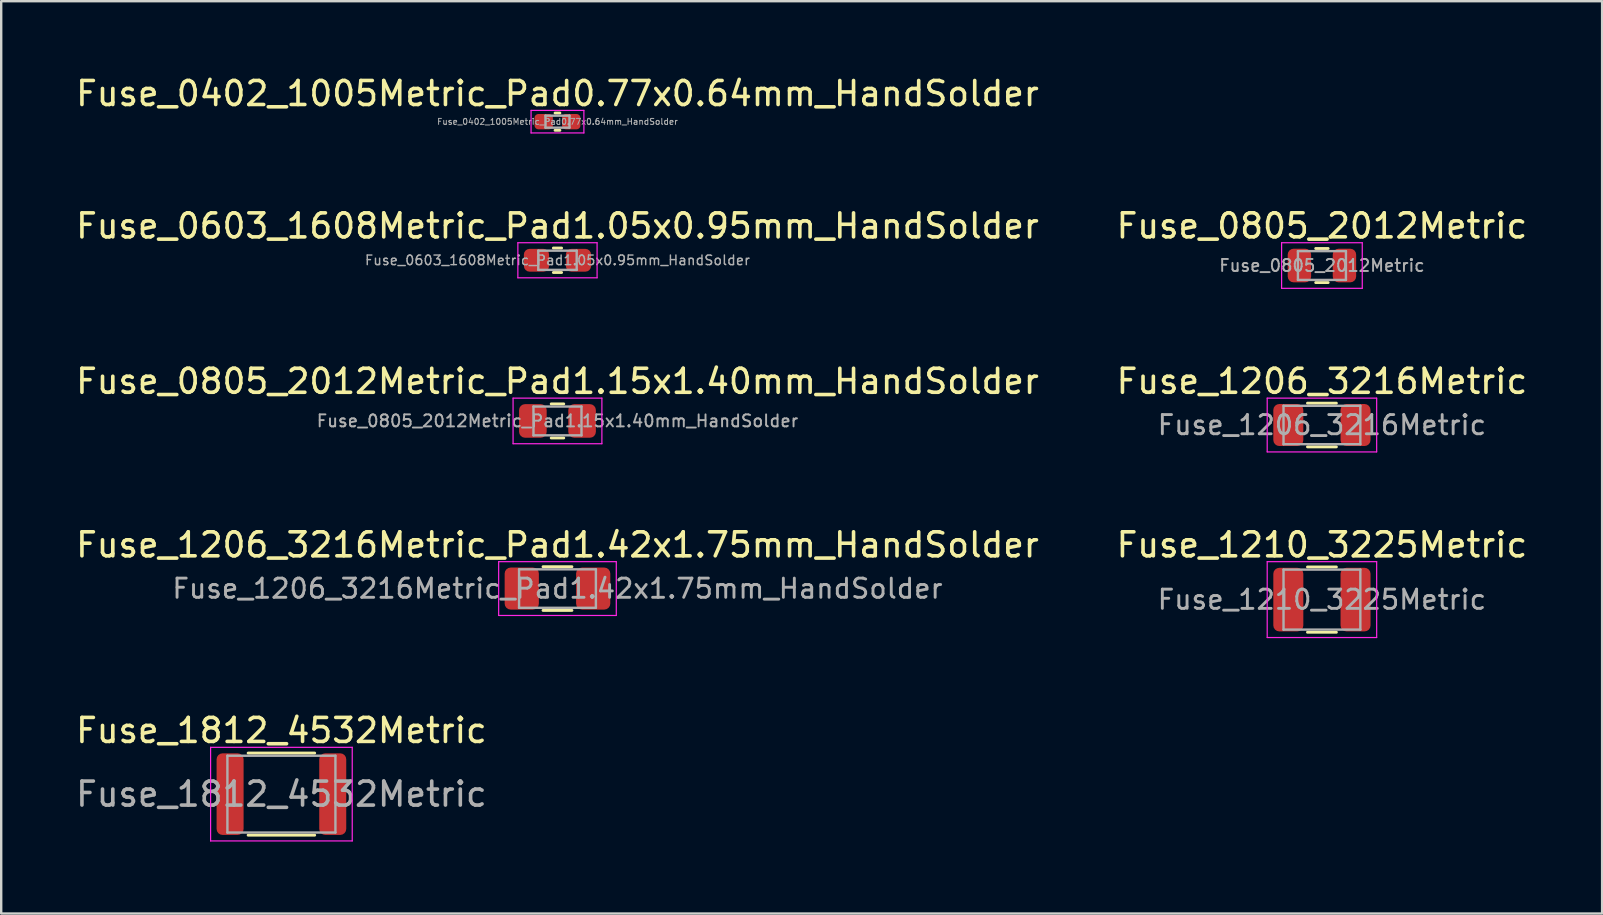
<source format=kicad_pcb>
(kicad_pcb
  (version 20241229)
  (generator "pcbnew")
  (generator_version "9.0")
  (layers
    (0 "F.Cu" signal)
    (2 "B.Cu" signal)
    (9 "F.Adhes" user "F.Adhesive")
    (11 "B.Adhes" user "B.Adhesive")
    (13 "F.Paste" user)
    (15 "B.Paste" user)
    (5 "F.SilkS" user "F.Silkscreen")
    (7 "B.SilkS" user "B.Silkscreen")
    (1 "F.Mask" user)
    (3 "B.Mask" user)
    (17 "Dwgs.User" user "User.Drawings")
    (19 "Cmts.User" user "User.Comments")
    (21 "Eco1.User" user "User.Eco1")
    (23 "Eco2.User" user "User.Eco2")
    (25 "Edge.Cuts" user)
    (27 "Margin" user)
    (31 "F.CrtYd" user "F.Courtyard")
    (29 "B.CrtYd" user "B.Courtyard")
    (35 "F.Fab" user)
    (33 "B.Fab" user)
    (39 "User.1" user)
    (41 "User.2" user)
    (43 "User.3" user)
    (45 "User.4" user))
  (footprint "Fuse_1812_4532Metric"
    (layer "F.Cu")
    (at 8.673 30.031)
    (property "Reference" "Fuse_1812_4532Metric" (at 0 -2.65 0) (layer "F.SilkS") (effects (font (size 1 1) (thickness 0.15))))
    (attr smd)
    (fp_line (start -1.386 -1.71) (end 1.386 -1.71) (stroke (width 0.12) (type solid)) (layer "F.SilkS"))
    (fp_line (start -1.386 1.71) (end 1.386 1.71) (stroke (width 0.12) (type solid)) (layer "F.SilkS"))
    (fp_line (start -2.95 -1.95) (end 2.95 -1.95) (stroke (width 0.05) (type solid)) (layer "F.CrtYd"))
    (fp_line (start -2.95 1.95) (end -2.95 -1.95) (stroke (width 0.05) (type solid)) (layer "F.CrtYd"))
    (fp_line (start 2.95 -1.95) (end 2.95 1.95) (stroke (width 0.05) (type solid)) (layer "F.CrtYd"))
    (fp_line (start 2.95 1.95) (end -2.95 1.95) (stroke (width 0.05) (type solid)) (layer "F.CrtYd"))
    (fp_line (start -2.25 -1.6) (end 2.25 -1.6) (stroke (width 0.1) (type solid)) (layer "F.Fab"))
    (fp_line (start -2.25 1.6) (end -2.25 -1.6) (stroke (width 0.1) (type solid)) (layer "F.Fab"))
    (fp_line (start 2.25 -1.6) (end 2.25 1.6) (stroke (width 0.1) (type solid)) (layer "F.Fab"))
    (fp_line (start 2.25 1.6) (end -2.25 1.6) (stroke (width 0.1) (type solid)) (layer "F.Fab"))
    (fp_text user "${REFERENCE}" (at 0 0 0) (layer "F.Fab") (effects (font (size 1 1) (thickness 0.15))))
    (pad "1" smd roundrect (at -2.138 0) (size 1.125 3.4) (layers "F.Cu" "F.Mask" "F.Paste") (roundrect_rratio 0.222))
    (pad "2" smd roundrect (at 2.138 0) (size 1.125 3.4) (layers "F.Cu" "F.Mask" "F.Paste") (roundrect_rratio 0.222)))
  (footprint "Fuse_0805_2012Metric_Pad1.15x1.40mm_HandSolder"
    (layer "F.Cu")
    (at 20.173 14.485)
    (property "Reference" "Fuse_0805_2012Metric_Pad1.15x1.40mm_HandSolder" (at 0 -1.65 0) (layer "F.SilkS") (effects (font (size 1 1) (thickness 0.15))))
    (attr smd)
    (fp_line (start -0.261 -0.71) (end 0.261 -0.71) (stroke (width 0.12) (type solid)) (layer "F.SilkS"))
    (fp_line (start -0.261 0.71) (end 0.261 0.71) (stroke (width 0.12) (type solid)) (layer "F.SilkS"))
    (fp_line (start -1.85 -0.95) (end 1.85 -0.95) (stroke (width 0.05) (type solid)) (layer "F.CrtYd"))
    (fp_line (start -1.85 0.95) (end -1.85 -0.95) (stroke (width 0.05) (type solid)) (layer "F.CrtYd"))
    (fp_line (start 1.85 -0.95) (end 1.85 0.95) (stroke (width 0.05) (type solid)) (layer "F.CrtYd"))
    (fp_line (start 1.85 0.95) (end -1.85 0.95) (stroke (width 0.05) (type solid)) (layer "F.CrtYd"))
    (fp_line (start -1 -0.6) (end 1 -0.6) (stroke (width 0.1) (type solid)) (layer "F.Fab"))
    (fp_line (start -1 0.6) (end -1 -0.6) (stroke (width 0.1) (type solid)) (layer "F.Fab"))
    (fp_line (start 1 -0.6) (end 1 0.6) (stroke (width 0.1) (type solid)) (layer "F.Fab"))
    (fp_line (start 1 0.6) (end -1 0.6) (stroke (width 0.1) (type solid)) (layer "F.Fab"))
    (fp_text user "${REFERENCE}" (at 0 0 0) (layer "F.Fab") (effects (font (size 0.5 0.5) (thickness 0.08))))
    (pad "1" smd roundrect (at -1.025 0) (size 1.15 1.4) (layers "F.Cu" "F.Mask" "F.Paste") (roundrect_rratio 0.217))
    (pad "2" smd roundrect (at 1.025 0) (size 1.15 1.4) (layers "F.Cu" "F.Mask" "F.Paste") (roundrect_rratio 0.217)))
  (footprint "Fuse_0805_2012Metric"
    (layer "F.Cu")
    (at 52.018 8.011)
    (property "Reference" "Fuse_0805_2012Metric" (at 0 -1.65 0) (layer "F.SilkS") (effects (font (size 1 1) (thickness 0.15))))
    (attr smd)
    (fp_line (start -0.259 -0.71) (end 0.259 -0.71) (stroke (width 0.12) (type solid)) (layer "F.SilkS"))
    (fp_line (start -0.259 0.71) (end 0.259 0.71) (stroke (width 0.12) (type solid)) (layer "F.SilkS"))
    (fp_line (start -1.68 -0.95) (end 1.68 -0.95) (stroke (width 0.05) (type solid)) (layer "F.CrtYd"))
    (fp_line (start -1.68 0.95) (end -1.68 -0.95) (stroke (width 0.05) (type solid)) (layer "F.CrtYd"))
    (fp_line (start 1.68 -0.95) (end 1.68 0.95) (stroke (width 0.05) (type solid)) (layer "F.CrtYd"))
    (fp_line (start 1.68 0.95) (end -1.68 0.95) (stroke (width 0.05) (type solid)) (layer "F.CrtYd"))
    (fp_line (start -1 -0.6) (end 1 -0.6) (stroke (width 0.1) (type solid)) (layer "F.Fab"))
    (fp_line (start -1 0.6) (end -1 -0.6) (stroke (width 0.1) (type solid)) (layer "F.Fab"))
    (fp_line (start 1 -0.6) (end 1 0.6) (stroke (width 0.1) (type solid)) (layer "F.Fab"))
    (fp_line (start 1 0.6) (end -1 0.6) (stroke (width 0.1) (type solid)) (layer "F.Fab"))
    (fp_text user "${REFERENCE}" (at 0 0 0) (layer "F.Fab") (effects (font (size 0.5 0.5) (thickness 0.08))))
    (pad "1" smd roundrect (at -0.938 0) (size 0.975 1.4) (layers "F.Cu" "F.Mask" "F.Paste") (roundrect_rratio 0.25))
    (pad "2" smd roundrect (at 0.938 0) (size 0.975 1.4) (layers "F.Cu" "F.Mask" "F.Paste") (roundrect_rratio 0.25)))
  (footprint "Fuse_1206_3216Metric"
    (layer "F.Cu")
    (at 52.018 14.655)
    (property "Reference" "Fuse_1206_3216Metric" (at 0 -1.82 0) (layer "F.SilkS") (effects (font (size 1 1) (thickness 0.15))))
    (attr smd)
    (fp_line (start -0.602 -0.91) (end 0.602 -0.91) (stroke (width 0.12) (type solid)) (layer "F.SilkS"))
    (fp_line (start -0.602 0.91) (end 0.602 0.91) (stroke (width 0.12) (type solid)) (layer "F.SilkS"))
    (fp_line (start -2.28 -1.12) (end 2.28 -1.12) (stroke (width 0.05) (type solid)) (layer "F.CrtYd"))
    (fp_line (start -2.28 1.12) (end -2.28 -1.12) (stroke (width 0.05) (type solid)) (layer "F.CrtYd"))
    (fp_line (start 2.28 -1.12) (end 2.28 1.12) (stroke (width 0.05) (type solid)) (layer "F.CrtYd"))
    (fp_line (start 2.28 1.12) (end -2.28 1.12) (stroke (width 0.05) (type solid)) (layer "F.CrtYd"))
    (fp_line (start -1.6 -0.8) (end 1.6 -0.8) (stroke (width 0.1) (type solid)) (layer "F.Fab"))
    (fp_line (start -1.6 0.8) (end -1.6 -0.8) (stroke (width 0.1) (type solid)) (layer "F.Fab"))
    (fp_line (start 1.6 -0.8) (end 1.6 0.8) (stroke (width 0.1) (type solid)) (layer "F.Fab"))
    (fp_line (start 1.6 0.8) (end -1.6 0.8) (stroke (width 0.1) (type solid)) (layer "F.Fab"))
    (fp_text user "${REFERENCE}" (at 0 0 0) (layer "F.Fab") (effects (font (size 0.8 0.8) (thickness 0.12))))
    (pad "1" smd roundrect (at -1.4 0) (size 1.25 1.75) (layers "F.Cu" "F.Mask" "F.Paste") (roundrect_rratio 0.2))
    (pad "2" smd roundrect (at 1.4 0) (size 1.25 1.75) (layers "F.Cu" "F.Mask" "F.Paste") (roundrect_rratio 0.2)))
  (footprint "Fuse_1206_3216Metric_Pad1.42x1.75mm_HandSolder"
    (layer "F.Cu")
    (at 20.173 21.468)
    (property "Reference" "Fuse_1206_3216Metric_Pad1.42x1.75mm_HandSolder" (at 0 -1.82 0) (layer "F.SilkS") (effects (font (size 1 1) (thickness 0.15))))
    (attr smd)
    (fp_line (start -0.602 -0.91) (end 0.602 -0.91) (stroke (width 0.12) (type solid)) (layer "F.SilkS"))
    (fp_line (start -0.602 0.91) (end 0.602 0.91) (stroke (width 0.12) (type solid)) (layer "F.SilkS"))
    (fp_line (start -2.45 -1.12) (end 2.45 -1.12) (stroke (width 0.05) (type solid)) (layer "F.CrtYd"))
    (fp_line (start -2.45 1.12) (end -2.45 -1.12) (stroke (width 0.05) (type solid)) (layer "F.CrtYd"))
    (fp_line (start 2.45 -1.12) (end 2.45 1.12) (stroke (width 0.05) (type solid)) (layer "F.CrtYd"))
    (fp_line (start 2.45 1.12) (end -2.45 1.12) (stroke (width 0.05) (type solid)) (layer "F.CrtYd"))
    (fp_line (start -1.6 -0.8) (end 1.6 -0.8) (stroke (width 0.1) (type solid)) (layer "F.Fab"))
    (fp_line (start -1.6 0.8) (end -1.6 -0.8) (stroke (width 0.1) (type solid)) (layer "F.Fab"))
    (fp_line (start 1.6 -0.8) (end 1.6 0.8) (stroke (width 0.1) (type solid)) (layer "F.Fab"))
    (fp_line (start 1.6 0.8) (end -1.6 0.8) (stroke (width 0.1) (type solid)) (layer "F.Fab"))
    (fp_text user "${REFERENCE}" (at 0 0 0) (layer "F.Fab") (effects (font (size 0.8 0.8) (thickness 0.12))))
    (pad "1" smd roundrect (at -1.488 0) (size 1.425 1.75) (layers "F.Cu" "F.Mask" "F.Paste") (roundrect_rratio 0.175))
    (pad "2" smd roundrect (at 1.488 0) (size 1.425 1.75) (layers "F.Cu" "F.Mask" "F.Paste") (roundrect_rratio 0.175)))
  (footprint "Fuse_1210_3225Metric"
    (layer "F.Cu")
    (at 52.018 21.928)
    (property "Reference" "Fuse_1210_3225Metric" (at 0 -2.28 0) (layer "F.SilkS") (effects (font (size 1 1) (thickness 0.15))))
    (attr smd)
    (fp_line (start -0.602 -1.36) (end 0.602 -1.36) (stroke (width 0.12) (type solid)) (layer "F.SilkS"))
    (fp_line (start -0.602 1.36) (end 0.602 1.36) (stroke (width 0.12) (type solid)) (layer "F.SilkS"))
    (fp_line (start -2.28 -1.58) (end 2.28 -1.58) (stroke (width 0.05) (type solid)) (layer "F.CrtYd"))
    (fp_line (start -2.28 1.58) (end -2.28 -1.58) (stroke (width 0.05) (type solid)) (layer "F.CrtYd"))
    (fp_line (start 2.28 -1.58) (end 2.28 1.58) (stroke (width 0.05) (type solid)) (layer "F.CrtYd"))
    (fp_line (start 2.28 1.58) (end -2.28 1.58) (stroke (width 0.05) (type solid)) (layer "F.CrtYd"))
    (fp_line (start -1.6 -1.25) (end 1.6 -1.25) (stroke (width 0.1) (type solid)) (layer "F.Fab"))
    (fp_line (start -1.6 1.25) (end -1.6 -1.25) (stroke (width 0.1) (type solid)) (layer "F.Fab"))
    (fp_line (start 1.6 -1.25) (end 1.6 1.25) (stroke (width 0.1) (type solid)) (layer "F.Fab"))
    (fp_line (start 1.6 1.25) (end -1.6 1.25) (stroke (width 0.1) (type solid)) (layer "F.Fab"))
    (fp_text user "${REFERENCE}" (at 0 0 0) (layer "F.Fab") (effects (font (size 0.8 0.8) (thickness 0.12))))
    (pad "1" smd roundrect (at -1.4 0) (size 1.25 2.65) (layers "F.Cu" "F.Mask" "F.Paste") (roundrect_rratio 0.2))
    (pad "2" smd roundrect (at 1.4 0) (size 1.25 2.65) (layers "F.Cu" "F.Mask" "F.Paste") (roundrect_rratio 0.2)))
  (footprint "Fuse_0603_1608Metric_Pad1.05x0.95mm_HandSolder"
    (layer "F.Cu")
    (at 20.173 7.792)
    (property "Reference" "Fuse_0603_1608Metric_Pad1.05x0.95mm_HandSolder" (at 0 -1.43 0) (layer "F.SilkS") (effects (font (size 1 1) (thickness 0.15))))
    (attr smd)
    (fp_line (start -0.171 -0.51) (end 0.171 -0.51) (stroke (width 0.12) (type solid)) (layer "F.SilkS"))
    (fp_line (start -0.171 0.51) (end 0.171 0.51) (stroke (width 0.12) (type solid)) (layer "F.SilkS"))
    (fp_line (start -1.65 -0.73) (end 1.65 -0.73) (stroke (width 0.05) (type solid)) (layer "F.CrtYd"))
    (fp_line (start -1.65 0.73) (end -1.65 -0.73) (stroke (width 0.05) (type solid)) (layer "F.CrtYd"))
    (fp_line (start 1.65 -0.73) (end 1.65 0.73) (stroke (width 0.05) (type solid)) (layer "F.CrtYd"))
    (fp_line (start 1.65 0.73) (end -1.65 0.73) (stroke (width 0.05) (type solid)) (layer "F.CrtYd"))
    (fp_line (start -0.8 -0.4) (end 0.8 -0.4) (stroke (width 0.1) (type solid)) (layer "F.Fab"))
    (fp_line (start -0.8 0.4) (end -0.8 -0.4) (stroke (width 0.1) (type solid)) (layer "F.Fab"))
    (fp_line (start 0.8 -0.4) (end 0.8 0.4) (stroke (width 0.1) (type solid)) (layer "F.Fab"))
    (fp_line (start 0.8 0.4) (end -0.8 0.4) (stroke (width 0.1) (type solid)) (layer "F.Fab"))
    (fp_text user "${REFERENCE}" (at 0 0 0) (layer "F.Fab") (effects (font (size 0.4 0.4) (thickness 0.06))))
    (pad "1" smd roundrect (at -0.875 0) (size 1.05 0.95) (layers "F.Cu" "F.Mask" "F.Paste") (roundrect_rratio 0.25))
    (pad "2" smd roundrect (at 0.875 0) (size 1.05 0.95) (layers "F.Cu" "F.Mask" "F.Paste") (roundrect_rratio 0.25)))
  (footprint "Fuse_0402_1005Metric_Pad0.77x0.64mm_HandSolder"
    (layer "F.Cu")
    (at 20.173 2.018)
    (property "Reference" "Fuse_0402_1005Metric_Pad0.77x0.64mm_HandSolder" (at 0 -1.17 0) (layer "F.SilkS") (effects (font (size 1 1) (thickness 0.15))))
    (attr smd)
    (fp_line (start -0.1 -0.36) (end 0.1 -0.36) (stroke (width 0.12) (type solid)) (layer "F.SilkS"))
    (fp_line (start -0.1 0.36) (end 0.1 0.36) (stroke (width 0.12) (type solid)) (layer "F.SilkS"))
    (fp_line (start -1.1 -0.47) (end 1.1 -0.47) (stroke (width 0.05) (type solid)) (layer "F.CrtYd"))
    (fp_line (start -1.1 0.47) (end -1.1 -0.47) (stroke (width 0.05) (type solid)) (layer "F.CrtYd"))
    (fp_line (start 1.1 -0.47) (end 1.1 0.47) (stroke (width 0.05) (type solid)) (layer "F.CrtYd"))
    (fp_line (start 1.1 0.47) (end -1.1 0.47) (stroke (width 0.05) (type solid)) (layer "F.CrtYd"))
    (fp_line (start -0.5 -0.25) (end 0.5 -0.25) (stroke (width 0.1) (type solid)) (layer "F.Fab"))
    (fp_line (start -0.5 0.25) (end -0.5 -0.25) (stroke (width 0.1) (type solid)) (layer "F.Fab"))
    (fp_line (start 0.5 -0.25) (end 0.5 0.25) (stroke (width 0.1) (type solid)) (layer "F.Fab"))
    (fp_line (start 0.5 0.25) (end -0.5 0.25) (stroke (width 0.1) (type solid)) (layer "F.Fab"))
    (fp_text user "${REFERENCE}" (at 0 0 0) (layer "F.Fab") (effects (font (size 0.25 0.25) (thickness 0.04))))
    (pad "1" smd roundrect (at -0.573 0) (size 0.765 0.64) (layers "F.Cu" "F.Mask" "F.Paste") (roundrect_rratio 0.25))
    (pad "2" smd roundrect (at 0.573 0) (size 0.765 0.64) (layers "F.Cu" "F.Mask" "F.Paste") (roundrect_rratio 0.25)))
  (gr_rect
    (start -3 -3)
    (end 63.69 35.006)
    (stroke (width 0.1) (type default))
    (fill no)
    (layer "Edge.Cuts")))
</source>
